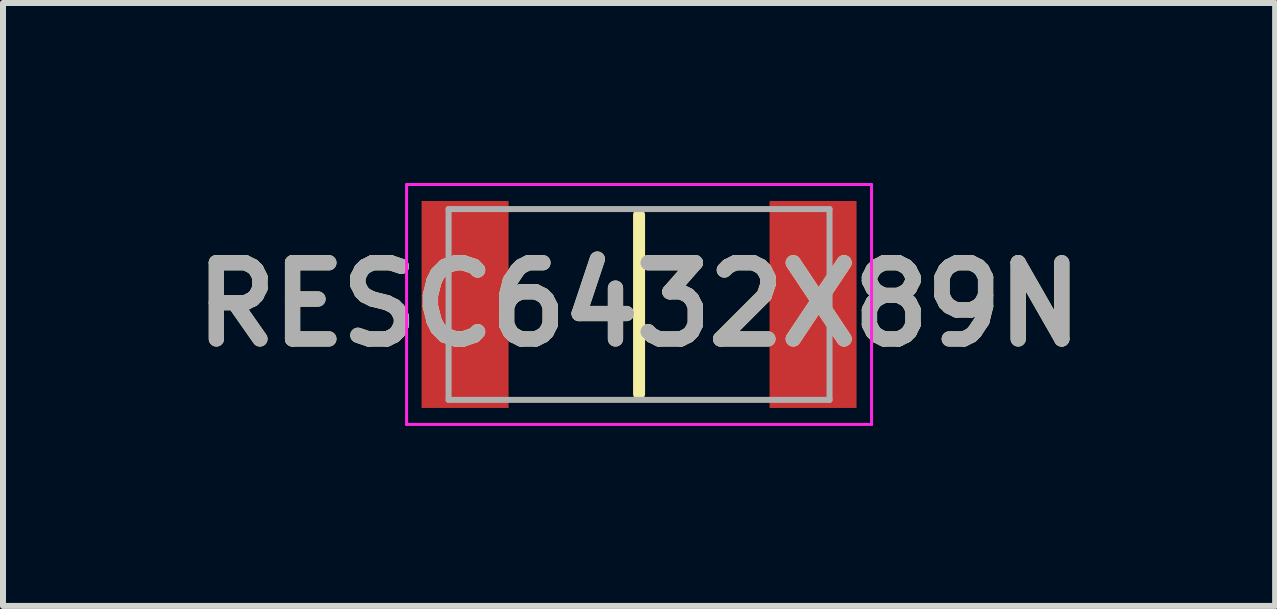
<source format=kicad_pcb>
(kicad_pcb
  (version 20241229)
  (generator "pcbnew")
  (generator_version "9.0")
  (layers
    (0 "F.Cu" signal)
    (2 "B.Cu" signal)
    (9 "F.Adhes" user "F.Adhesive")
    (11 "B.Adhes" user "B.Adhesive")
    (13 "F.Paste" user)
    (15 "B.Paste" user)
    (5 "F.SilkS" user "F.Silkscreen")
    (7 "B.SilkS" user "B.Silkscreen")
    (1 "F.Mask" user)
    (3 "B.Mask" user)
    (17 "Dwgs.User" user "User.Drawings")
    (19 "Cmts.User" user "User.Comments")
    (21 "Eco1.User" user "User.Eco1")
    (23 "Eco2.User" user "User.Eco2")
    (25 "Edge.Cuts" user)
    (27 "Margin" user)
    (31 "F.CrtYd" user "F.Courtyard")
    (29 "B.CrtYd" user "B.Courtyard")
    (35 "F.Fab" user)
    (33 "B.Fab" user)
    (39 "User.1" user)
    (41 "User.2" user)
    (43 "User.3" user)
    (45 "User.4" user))
  (footprint "RESC6432X89N"
    (layer "F.Cu")
    (at 7.602 2.025)
    (property "Reference" "RESC6432X89N" (at 0 0 0) (layer "F.SilkS") (effects (font (size 1.27 1.27) (thickness 0.254))))
    (attr smd)
    (fp_line (start 0 -1.49) (end 0 1.49) (stroke (width 0.2) (type solid)) (layer "F.SilkS"))
    (fp_line (start -3.875 -2) (end 3.875 -2) (stroke (width 0.05) (type solid)) (layer "F.CrtYd"))
    (fp_line (start -3.875 2) (end -3.875 -2) (stroke (width 0.05) (type solid)) (layer "F.CrtYd"))
    (fp_line (start 3.875 -2) (end 3.875 2) (stroke (width 0.05) (type solid)) (layer "F.CrtYd"))
    (fp_line (start 3.875 2) (end -3.875 2) (stroke (width 0.05) (type solid)) (layer "F.CrtYd"))
    (fp_line (start -3.175 -1.59) (end 3.175 -1.59) (stroke (width 0.1) (type solid)) (layer "F.Fab"))
    (fp_line (start -3.175 1.59) (end -3.175 -1.59) (stroke (width 0.1) (type solid)) (layer "F.Fab"))
    (fp_line (start 3.175 -1.59) (end 3.175 1.59) (stroke (width 0.1) (type solid)) (layer "F.Fab"))
    (fp_line (start 3.175 1.59) (end -3.175 1.59) (stroke (width 0.1) (type solid)) (layer "F.Fab"))
    (fp_text user "${REFERENCE}" (at 0 0 0) (layer "F.Fab") (effects (font (size 1.27 1.27) (thickness 0.254))))
    (pad "1" smd rect (at -2.9 0) (size 1.45 3.45) (layers "F.Cu" "F.Mask" "F.Paste"))
    (pad "2" smd rect (at 2.9 0) (size 1.45 3.45) (layers "F.Cu" "F.Mask" "F.Paste")))
  (gr_rect
    (start -3 -3)
    (end 18.204 7.05)
    (stroke (width 0.1) (type default))
    (fill no)
    (layer "Edge.Cuts")))
</source>
